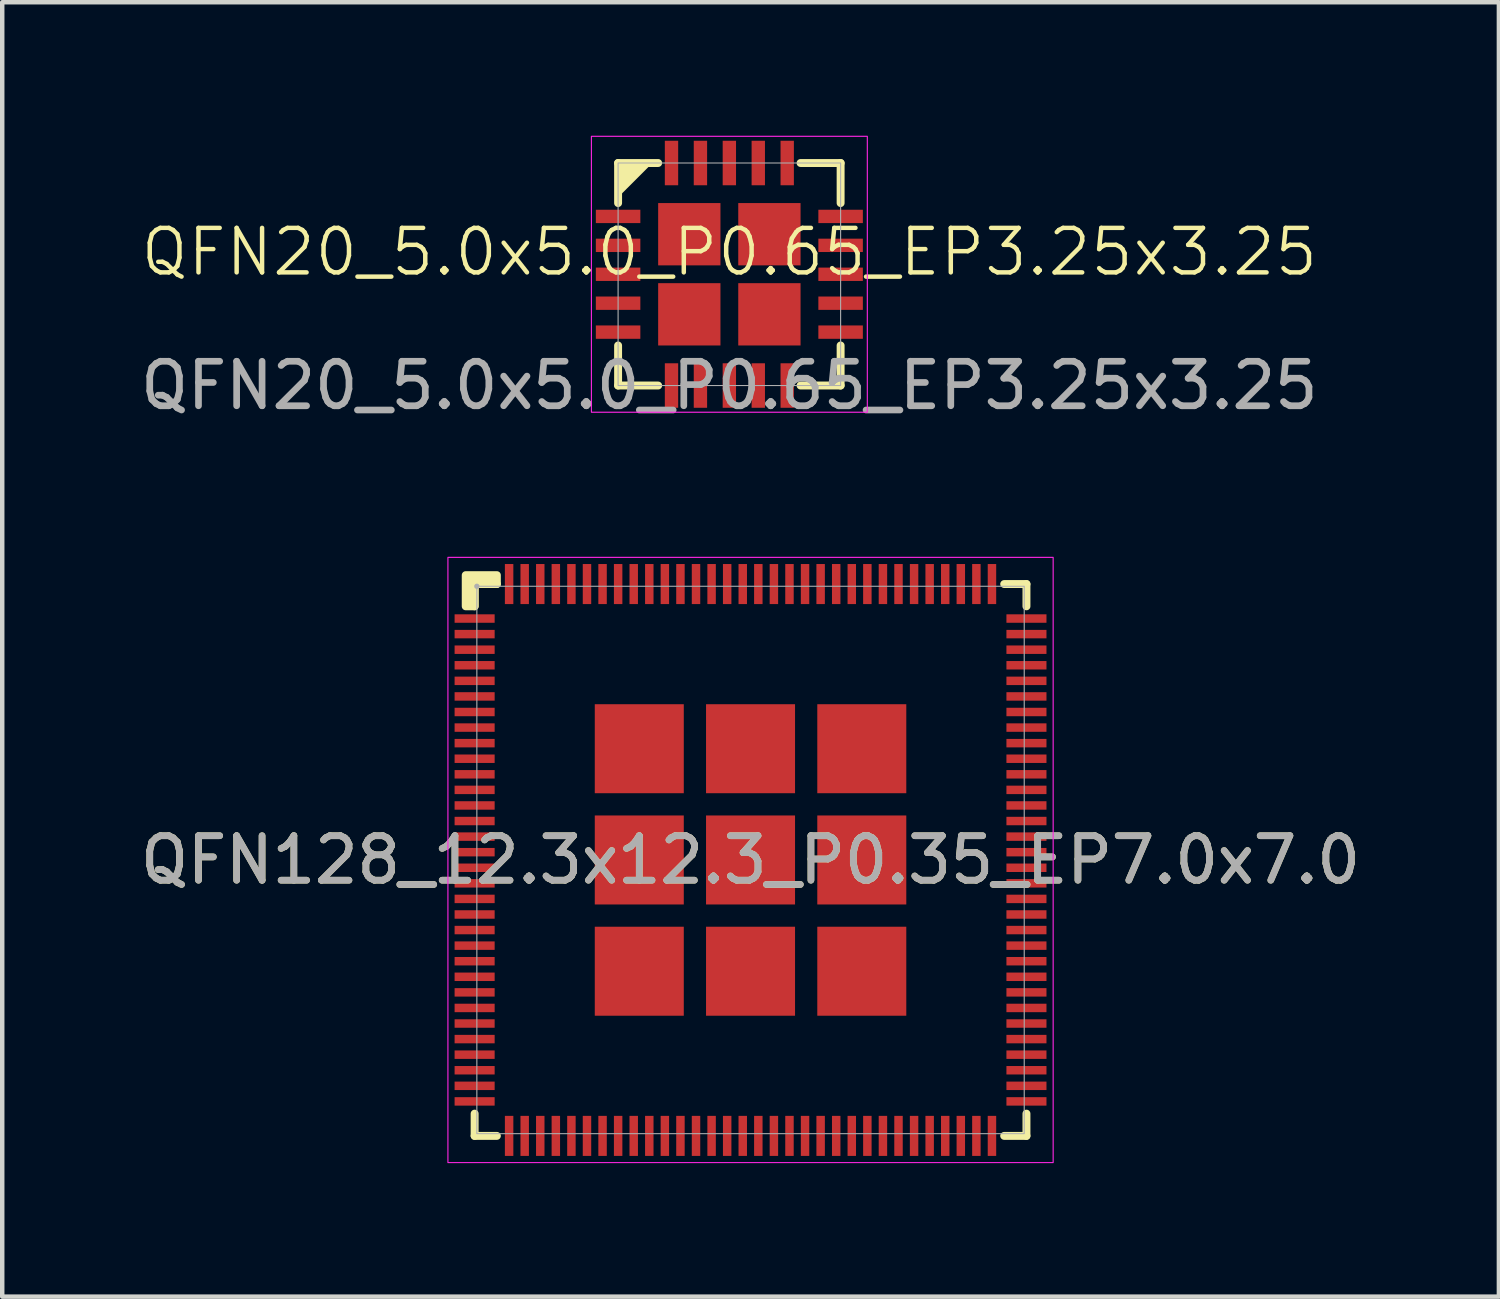
<source format=kicad_pcb>
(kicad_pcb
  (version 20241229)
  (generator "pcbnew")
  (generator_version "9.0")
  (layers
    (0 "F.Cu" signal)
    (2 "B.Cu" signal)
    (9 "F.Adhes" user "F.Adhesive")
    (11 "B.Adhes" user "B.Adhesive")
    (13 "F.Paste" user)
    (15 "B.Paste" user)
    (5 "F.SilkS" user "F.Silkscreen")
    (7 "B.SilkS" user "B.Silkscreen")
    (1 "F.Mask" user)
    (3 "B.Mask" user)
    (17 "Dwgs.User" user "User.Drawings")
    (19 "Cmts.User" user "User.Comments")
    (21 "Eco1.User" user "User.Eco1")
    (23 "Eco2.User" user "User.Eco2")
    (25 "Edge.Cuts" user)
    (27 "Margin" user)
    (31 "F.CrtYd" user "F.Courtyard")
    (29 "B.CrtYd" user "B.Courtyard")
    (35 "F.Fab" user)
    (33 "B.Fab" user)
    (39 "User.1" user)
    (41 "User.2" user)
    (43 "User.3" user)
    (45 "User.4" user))
  (footprint "QFN20_5.0x5.0_P0.65_EP3.25x3.25"
    (layer "F.Cu")
    (at 13.339 3.113)
    (property "Reference" "QFN20_5.0x5.0_P0.65_EP3.25x3.25" (at 0 -0.5 0) (unlocked yes) (layer "F.SilkS") (effects (font (size 1 1) (thickness 0.1))))
    (attr smd)
    (fp_line (start -2.5 -2.5) (end -1.6 -2.5) (stroke (width 0.178) (type solid)) (layer "F.SilkS"))
    (fp_line (start -2.5 -1.6) (end -2.5 -2.5) (stroke (width 0.178) (type solid)) (layer "F.SilkS"))
    (fp_line (start -2.5 1.6) (end -2.5 2.5) (stroke (width 0.178) (type solid)) (layer "F.SilkS"))
    (fp_line (start -2.5 2.5) (end -1.6 2.5) (stroke (width 0.178) (type solid)) (layer "F.SilkS"))
    (fp_line (start 1.6 2.5) (end 2.5 2.5) (stroke (width 0.178) (type solid)) (layer "F.SilkS"))
    (fp_line (start 2.5 -2.5) (end 1.6 -2.5) (stroke (width 0.178) (type solid)) (layer "F.SilkS"))
    (fp_line (start 2.5 -1.6) (end 2.5 -2.5) (stroke (width 0.178) (type solid)) (layer "F.SilkS"))
    (fp_line (start 2.5 2.5) (end 2.5 1.6) (stroke (width 0.178) (type solid)) (layer "F.SilkS"))
    (fp_poly (pts (xy -2.5 -2.5) (xy -2.5 -1.8) (xy -1.8 -2.5)) (stroke (width 0.1) (type solid)) (fill yes) (layer "F.SilkS"))
    (fp_rect (start -3.1 -3.1) (end 3.1 3.1) (stroke (width 0.025) (type solid)) (fill no) (layer "F.CrtYd"))
    (fp_rect (start -2.5 -2.5) (end 2.5 2.5) (stroke (width 0.025) (type solid)) (fill no) (layer "F.Fab"))
    (fp_text user "${REFERENCE}" (at 0 2.5 0) (unlocked yes) (layer "F.Fab") (effects (font (size 1 1) (thickness 0.15))))
    (pad "1" smd rect (at -2.5 -1.3) (size 1 0.3) (layers "F.Cu" "F.Mask" "F.Paste"))
    (pad "2" smd rect (at -2.5 -0.65) (size 1 0.3) (layers "F.Cu" "F.Mask" "F.Paste"))
    (pad "3" smd rect (at -2.5 0) (size 1 0.3) (layers "F.Cu" "F.Mask" "F.Paste"))
    (pad "4" smd rect (at -2.5 0.65) (size 1 0.3) (layers "F.Cu" "F.Mask" "F.Paste"))
    (pad "5" smd rect (at -2.5 1.3) (size 1 0.3) (layers "F.Cu" "F.Mask" "F.Paste"))
    (pad "6" smd rect (at -1.3 2.5) (size 0.3 1) (layers "F.Cu" "F.Mask" "F.Paste"))
    (pad "7" smd rect (at -0.65 2.5) (size 0.3 1) (layers "F.Cu" "F.Mask" "F.Paste"))
    (pad "8" smd rect (at 0 2.5) (size 0.3 1) (layers "F.Cu" "F.Mask" "F.Paste"))
    (pad "9" smd rect (at 0.65 2.5) (size 0.3 1) (layers "F.Cu" "F.Mask" "F.Paste"))
    (pad "10" smd rect (at 1.3 2.5) (size 0.3 1) (layers "F.Cu" "F.Mask" "F.Paste"))
    (pad "11" smd rect (at 2.5 1.3) (size 1 0.3) (layers "F.Cu" "F.Mask" "F.Paste"))
    (pad "12" smd rect (at 2.5 0.65) (size 1 0.3) (layers "F.Cu" "F.Mask" "F.Paste"))
    (pad "13" smd rect (at 2.5 0) (size 1 0.3) (layers "F.Cu" "F.Mask" "F.Paste"))
    (pad "14" smd rect (at 2.5 -0.65) (size 1 0.3) (layers "F.Cu" "F.Mask" "F.Paste"))
    (pad "15" smd rect (at 2.5 -1.3) (size 1 0.3) (layers "F.Cu" "F.Mask" "F.Paste"))
    (pad "16" smd rect (at 1.3 -2.5) (size 0.3 1) (layers "F.Cu" "F.Mask" "F.Paste"))
    (pad "17" smd rect (at 0.65 -2.5) (size 0.3 1) (layers "F.Cu" "F.Mask" "F.Paste"))
    (pad "18" smd rect (at 0 -2.5) (size 0.3 1) (layers "F.Cu" "F.Mask" "F.Paste"))
    (pad "19" smd rect (at -0.65 -2.5) (size 0.3 1) (layers "F.Cu" "F.Mask" "F.Paste"))
    (pad "20" smd rect (at -1.3 -2.5) (size 0.3 1) (layers "F.Cu" "F.Mask" "F.Paste"))
    (pad "21" smd rect (at -0.9 -0.9) (size 1.4 1.4) (layers "F.Cu" "F.Mask" "F.Paste"))
    (pad "21" smd rect (at -0.9 0.9) (size 1.4 1.4) (layers "F.Cu" "F.Mask" "F.Paste"))
    (pad "21" smd rect (at 0.9 -0.9) (size 1.4 1.4) (layers "F.Cu" "F.Mask" "F.Paste"))
    (pad "21" smd rect (at 0.9 0.9) (size 1.4 1.4) (layers "F.Cu" "F.Mask" "F.Paste")))
  (footprint "QFN128_12.3x12.3_P0.35_EP7.0x7.0"
    (layer "F.Cu")
    (at 13.815 16.274)
    (property "Reference" "QFN128_12.3x12.3_P0.35_EP7.0x7.0" (at 0 0 0) (layer "F.SilkS") (effects (font (size 1 1) (thickness 0.15))))
    (attr smd)
    (fp_line (start -6.2 -6.2) (end -5.7 -6.2) (stroke (width 0.178) (type solid)) (layer "F.SilkS"))
    (fp_line (start -6.2 -5.7) (end -6.2 -6.2) (stroke (width 0.178) (type solid)) (layer "F.SilkS"))
    (fp_line (start -6.2 5.7) (end -6.2 6.2) (stroke (width 0.178) (type solid)) (layer "F.SilkS"))
    (fp_line (start -6.2 6.2) (end -5.7 6.2) (stroke (width 0.178) (type solid)) (layer "F.SilkS"))
    (fp_line (start 6.2 -6.2) (end 5.7 -6.2) (stroke (width 0.178) (type solid)) (layer "F.SilkS"))
    (fp_line (start 6.2 -5.7) (end 6.2 -6.2) (stroke (width 0.178) (type solid)) (layer "F.SilkS"))
    (fp_line (start 6.2 5.7) (end 6.2 6.2) (stroke (width 0.178) (type solid)) (layer "F.SilkS"))
    (fp_line (start 6.2 6.2) (end 5.7 6.2) (stroke (width 0.178) (type solid)) (layer "F.SilkS"))
    (fp_poly (pts (xy -6.2 -5.7) (xy -6.4 -5.7) (xy -6.4 -6.4) (xy -5.7 -6.4) (xy -5.7 -6.2) (xy -6.2 -6.2)) (stroke (width 0.178) (type solid)) (fill yes) (layer "F.SilkS"))
    (fp_rect (start -6.8 -6.8) (end 6.8 6.8) (stroke (width 0.025) (type solid)) (fill no) (layer "F.CrtYd"))
    (fp_rect (start -6.15 -6.15) (end 6.15 6.15) (stroke (width 0.025) (type solid)) (fill no) (layer "F.Fab"))
    (fp_circle (center -6.15 -6.15) (end -6.12 -6.15) (stroke (width 0.06) (type solid)) (fill no) (layer "F.Fab"))
    (fp_text user "${REFERENCE}" (at 0 0 0) (layer "F.Fab") (effects (font (size 1 1) (thickness 0.15))))
    (pad "1" smd rect (at -6.2 -5.425) (size 0.9 0.19) (layers "F.Cu" "F.Mask" "F.Paste"))
    (pad "2" smd rect (at -6.2 -5.075) (size 0.9 0.19) (layers "F.Cu" "F.Mask" "F.Paste"))
    (pad "3" smd rect (at -6.2 -4.725) (size 0.9 0.19) (layers "F.Cu" "F.Mask" "F.Paste"))
    (pad "4" smd rect (at -6.2 -4.375) (size 0.9 0.19) (layers "F.Cu" "F.Mask" "F.Paste"))
    (pad "5" smd rect (at -6.2 -4.025) (size 0.9 0.19) (layers "F.Cu" "F.Mask" "F.Paste"))
    (pad "6" smd rect (at -6.2 -3.675) (size 0.9 0.19) (layers "F.Cu" "F.Mask" "F.Paste"))
    (pad "7" smd rect (at -6.2 -3.325) (size 0.9 0.19) (layers "F.Cu" "F.Mask" "F.Paste"))
    (pad "8" smd rect (at -6.2 -2.975) (size 0.9 0.19) (layers "F.Cu" "F.Mask" "F.Paste"))
    (pad "9" smd rect (at -6.2 -2.625) (size 0.9 0.19) (layers "F.Cu" "F.Mask" "F.Paste"))
    (pad "10" smd rect (at -6.2 -2.275) (size 0.9 0.19) (layers "F.Cu" "F.Mask" "F.Paste"))
    (pad "11" smd rect (at -6.2 -1.925) (size 0.9 0.19) (layers "F.Cu" "F.Mask" "F.Paste"))
    (pad "12" smd rect (at -6.2 -1.575) (size 0.9 0.19) (layers "F.Cu" "F.Mask" "F.Paste"))
    (pad "13" smd rect (at -6.2 -1.225) (size 0.9 0.19) (layers "F.Cu" "F.Mask" "F.Paste"))
    (pad "14" smd rect (at -6.2 -0.875) (size 0.9 0.19) (layers "F.Cu" "F.Mask" "F.Paste"))
    (pad "15" smd rect (at -6.2 -0.525) (size 0.9 0.19) (layers "F.Cu" "F.Mask" "F.Paste"))
    (pad "16" smd rect (at -6.2 -0.175) (size 0.9 0.19) (layers "F.Cu" "F.Mask" "F.Paste"))
    (pad "17" smd rect (at -6.2 0.175) (size 0.9 0.19) (layers "F.Cu" "F.Mask" "F.Paste"))
    (pad "18" smd rect (at -6.2 0.525) (size 0.9 0.19) (layers "F.Cu" "F.Mask" "F.Paste"))
    (pad "19" smd rect (at -6.2 0.875) (size 0.9 0.19) (layers "F.Cu" "F.Mask" "F.Paste"))
    (pad "20" smd rect (at -6.2 1.225) (size 0.9 0.19) (layers "F.Cu" "F.Mask" "F.Paste"))
    (pad "21" smd rect (at -6.2 1.575) (size 0.9 0.19) (layers "F.Cu" "F.Mask" "F.Paste"))
    (pad "22" smd rect (at -6.2 1.925) (size 0.9 0.19) (layers "F.Cu" "F.Mask" "F.Paste"))
    (pad "23" smd rect (at -6.2 2.275) (size 0.9 0.19) (layers "F.Cu" "F.Mask" "F.Paste"))
    (pad "24" smd rect (at -6.2 2.625) (size 0.9 0.19) (layers "F.Cu" "F.Mask" "F.Paste"))
    (pad "25" smd rect (at -6.2 2.975) (size 0.9 0.19) (layers "F.Cu" "F.Mask" "F.Paste"))
    (pad "26" smd rect (at -6.2 3.325) (size 0.9 0.19) (layers "F.Cu" "F.Mask" "F.Paste"))
    (pad "27" smd rect (at -6.2 3.675) (size 0.9 0.19) (layers "F.Cu" "F.Mask" "F.Paste"))
    (pad "28" smd rect (at -6.2 4.025) (size 0.9 0.19) (layers "F.Cu" "F.Mask" "F.Paste"))
    (pad "29" smd rect (at -6.2 4.375) (size 0.9 0.19) (layers "F.Cu" "F.Mask" "F.Paste"))
    (pad "30" smd rect (at -6.2 4.725) (size 0.9 0.19) (layers "F.Cu" "F.Mask" "F.Paste"))
    (pad "31" smd rect (at -6.2 5.075) (size 0.9 0.19) (layers "F.Cu" "F.Mask" "F.Paste"))
    (pad "32" smd rect (at -6.2 5.425) (size 0.9 0.19) (layers "F.Cu" "F.Mask" "F.Paste"))
    (pad "33" smd rect (at -5.425 6.2) (size 0.19 0.9) (layers "F.Cu" "F.Mask" "F.Paste"))
    (pad "34" smd rect (at -5.075 6.2) (size 0.19 0.9) (layers "F.Cu" "F.Mask" "F.Paste"))
    (pad "35" smd rect (at -4.725 6.2) (size 0.19 0.9) (layers "F.Cu" "F.Mask" "F.Paste"))
    (pad "36" smd rect (at -4.375 6.2) (size 0.19 0.9) (layers "F.Cu" "F.Mask" "F.Paste"))
    (pad "37" smd rect (at -4.025 6.2) (size 0.19 0.9) (layers "F.Cu" "F.Mask" "F.Paste"))
    (pad "38" smd rect (at -3.675 6.2) (size 0.19 0.9) (layers "F.Cu" "F.Mask" "F.Paste"))
    (pad "39" smd rect (at -3.325 6.2) (size 0.19 0.9) (layers "F.Cu" "F.Mask" "F.Paste"))
    (pad "40" smd rect (at -2.975 6.2) (size 0.19 0.9) (layers "F.Cu" "F.Mask" "F.Paste"))
    (pad "41" smd rect (at -2.625 6.2) (size 0.19 0.9) (layers "F.Cu" "F.Mask" "F.Paste"))
    (pad "42" smd rect (at -2.275 6.2) (size 0.19 0.9) (layers "F.Cu" "F.Mask" "F.Paste"))
    (pad "43" smd rect (at -1.925 6.2) (size 0.19 0.9) (layers "F.Cu" "F.Mask" "F.Paste"))
    (pad "44" smd rect (at -1.575 6.2) (size 0.19 0.9) (layers "F.Cu" "F.Mask" "F.Paste"))
    (pad "45" smd rect (at -1.225 6.2) (size 0.19 0.9) (layers "F.Cu" "F.Mask" "F.Paste"))
    (pad "46" smd rect (at -0.875 6.2) (size 0.19 0.9) (layers "F.Cu" "F.Mask" "F.Paste"))
    (pad "47" smd rect (at -0.525 6.2) (size 0.19 0.9) (layers "F.Cu" "F.Mask" "F.Paste"))
    (pad "48" smd rect (at -0.175 6.2) (size 0.19 0.9) (layers "F.Cu" "F.Mask" "F.Paste"))
    (pad "49" smd rect (at 0.175 6.2) (size 0.19 0.9) (layers "F.Cu" "F.Mask" "F.Paste"))
    (pad "50" smd rect (at 0.525 6.2) (size 0.19 0.9) (layers "F.Cu" "F.Mask" "F.Paste"))
    (pad "51" smd rect (at 0.875 6.2) (size 0.19 0.9) (layers "F.Cu" "F.Mask" "F.Paste"))
    (pad "52" smd rect (at 1.225 6.2) (size 0.19 0.9) (layers "F.Cu" "F.Mask" "F.Paste"))
    (pad "53" smd rect (at 1.575 6.2) (size 0.19 0.9) (layers "F.Cu" "F.Mask" "F.Paste"))
    (pad "54" smd rect (at 1.925 6.2) (size 0.19 0.9) (layers "F.Cu" "F.Mask" "F.Paste"))
    (pad "55" smd rect (at 2.275 6.2) (size 0.19 0.9) (layers "F.Cu" "F.Mask" "F.Paste"))
    (pad "56" smd rect (at 2.625 6.2) (size 0.19 0.9) (layers "F.Cu" "F.Mask" "F.Paste"))
    (pad "57" smd rect (at 2.975 6.2) (size 0.19 0.9) (layers "F.Cu" "F.Mask" "F.Paste"))
    (pad "58" smd rect (at 3.325 6.2) (size 0.19 0.9) (layers "F.Cu" "F.Mask" "F.Paste"))
    (pad "59" smd rect (at 3.675 6.2) (size 0.19 0.9) (layers "F.Cu" "F.Mask" "F.Paste"))
    (pad "60" smd rect (at 4.025 6.2) (size 0.19 0.9) (layers "F.Cu" "F.Mask" "F.Paste"))
    (pad "61" smd rect (at 4.375 6.2) (size 0.19 0.9) (layers "F.Cu" "F.Mask" "F.Paste"))
    (pad "62" smd rect (at 4.725 6.2) (size 0.19 0.9) (layers "F.Cu" "F.Mask" "F.Paste"))
    (pad "63" smd rect (at 5.075 6.2) (size 0.19 0.9) (layers "F.Cu" "F.Mask" "F.Paste"))
    (pad "64" smd rect (at 5.425 6.2) (size 0.19 0.9) (layers "F.Cu" "F.Mask" "F.Paste"))
    (pad "65" smd rect (at 6.2 5.425) (size 0.9 0.19) (layers "F.Cu" "F.Mask" "F.Paste"))
    (pad "66" smd rect (at 6.2 5.075) (size 0.9 0.19) (layers "F.Cu" "F.Mask" "F.Paste"))
    (pad "67" smd rect (at 6.2 4.725) (size 0.9 0.19) (layers "F.Cu" "F.Mask" "F.Paste"))
    (pad "68" smd rect (at 6.2 4.375) (size 0.9 0.19) (layers "F.Cu" "F.Mask" "F.Paste"))
    (pad "69" smd rect (at 6.2 4.025) (size 0.9 0.19) (layers "F.Cu" "F.Mask" "F.Paste"))
    (pad "70" smd rect (at 6.2 3.675) (size 0.9 0.19) (layers "F.Cu" "F.Mask" "F.Paste"))
    (pad "71" smd rect (at 6.2 3.325) (size 0.9 0.19) (layers "F.Cu" "F.Mask" "F.Paste"))
    (pad "72" smd rect (at 6.2 2.975) (size 0.9 0.19) (layers "F.Cu" "F.Mask" "F.Paste"))
    (pad "73" smd rect (at 6.2 2.625) (size 0.9 0.19) (layers "F.Cu" "F.Mask" "F.Paste"))
    (pad "74" smd rect (at 6.2 2.275) (size 0.9 0.19) (layers "F.Cu" "F.Mask" "F.Paste"))
    (pad "75" smd rect (at 6.2 1.925) (size 0.9 0.19) (layers "F.Cu" "F.Mask" "F.Paste"))
    (pad "76" smd rect (at 6.2 1.575) (size 0.9 0.19) (layers "F.Cu" "F.Mask" "F.Paste"))
    (pad "77" smd rect (at 6.2 1.225) (size 0.9 0.19) (layers "F.Cu" "F.Mask" "F.Paste"))
    (pad "78" smd rect (at 6.2 0.875) (size 0.9 0.19) (layers "F.Cu" "F.Mask" "F.Paste"))
    (pad "79" smd rect (at 6.2 0.525) (size 0.9 0.19) (layers "F.Cu" "F.Mask" "F.Paste"))
    (pad "80" smd rect (at 6.2 0.175) (size 0.9 0.19) (layers "F.Cu" "F.Mask" "F.Paste"))
    (pad "81" smd rect (at 6.2 -0.175) (size 0.9 0.19) (layers "F.Cu" "F.Mask" "F.Paste"))
    (pad "82" smd rect (at 6.2 -0.525) (size 0.9 0.19) (layers "F.Cu" "F.Mask" "F.Paste"))
    (pad "83" smd rect (at 6.2 -0.875) (size 0.9 0.19) (layers "F.Cu" "F.Mask" "F.Paste"))
    (pad "84" smd rect (at 6.2 -1.225) (size 0.9 0.19) (layers "F.Cu" "F.Mask" "F.Paste"))
    (pad "85" smd rect (at 6.2 -1.575) (size 0.9 0.19) (layers "F.Cu" "F.Mask" "F.Paste"))
    (pad "86" smd rect (at 6.2 -1.925) (size 0.9 0.19) (layers "F.Cu" "F.Mask" "F.Paste"))
    (pad "87" smd rect (at 6.2 -2.275) (size 0.9 0.19) (layers "F.Cu" "F.Mask" "F.Paste"))
    (pad "88" smd rect (at 6.2 -2.625) (size 0.9 0.19) (layers "F.Cu" "F.Mask" "F.Paste"))
    (pad "89" smd rect (at 6.2 -2.975) (size 0.9 0.19) (layers "F.Cu" "F.Mask" "F.Paste"))
    (pad "90" smd rect (at 6.2 -3.325) (size 0.9 0.19) (layers "F.Cu" "F.Mask" "F.Paste"))
    (pad "91" smd rect (at 6.2 -3.675) (size 0.9 0.19) (layers "F.Cu" "F.Mask" "F.Paste"))
    (pad "92" smd rect (at 6.2 -4.025) (size 0.9 0.19) (layers "F.Cu" "F.Mask" "F.Paste"))
    (pad "93" smd rect (at 6.2 -4.375) (size 0.9 0.19) (layers "F.Cu" "F.Mask" "F.Paste"))
    (pad "94" smd rect (at 6.2 -4.725) (size 0.9 0.19) (layers "F.Cu" "F.Mask" "F.Paste"))
    (pad "95" smd rect (at 6.2 -5.075) (size 0.9 0.19) (layers "F.Cu" "F.Mask" "F.Paste"))
    (pad "96" smd rect (at 6.2 -5.425) (size 0.9 0.19) (layers "F.Cu" "F.Mask" "F.Paste"))
    (pad "97" smd rect (at 5.425 -6.2) (size 0.19 0.9) (layers "F.Cu" "F.Mask" "F.Paste"))
    (pad "98" smd rect (at 5.075 -6.2) (size 0.19 0.9) (layers "F.Cu" "F.Mask" "F.Paste"))
    (pad "99" smd rect (at 4.725 -6.2) (size 0.19 0.9) (layers "F.Cu" "F.Mask" "F.Paste"))
    (pad "100" smd rect (at 4.375 -6.2) (size 0.19 0.9) (layers "F.Cu" "F.Mask" "F.Paste"))
    (pad "101" smd rect (at 4.025 -6.2) (size 0.19 0.9) (layers "F.Cu" "F.Mask" "F.Paste"))
    (pad "102" smd rect (at 3.675 -6.2) (size 0.19 0.9) (layers "F.Cu" "F.Mask" "F.Paste"))
    (pad "103" smd rect (at 3.325 -6.2) (size 0.19 0.9) (layers "F.Cu" "F.Mask" "F.Paste"))
    (pad "104" smd rect (at 2.975 -6.2) (size 0.19 0.9) (layers "F.Cu" "F.Mask" "F.Paste"))
    (pad "105" smd rect (at 2.625 -6.2) (size 0.19 0.9) (layers "F.Cu" "F.Mask" "F.Paste"))
    (pad "106" smd rect (at 2.275 -6.2) (size 0.19 0.9) (layers "F.Cu" "F.Mask" "F.Paste"))
    (pad "107" smd rect (at 1.925 -6.2) (size 0.19 0.9) (layers "F.Cu" "F.Mask" "F.Paste"))
    (pad "108" smd rect (at 1.575 -6.2) (size 0.19 0.9) (layers "F.Cu" "F.Mask" "F.Paste"))
    (pad "109" smd rect (at 1.225 -6.2) (size 0.19 0.9) (layers "F.Cu" "F.Mask" "F.Paste"))
    (pad "110" smd rect (at 0.875 -6.2) (size 0.19 0.9) (layers "F.Cu" "F.Mask" "F.Paste"))
    (pad "111" smd rect (at 0.525 -6.2) (size 0.19 0.9) (layers "F.Cu" "F.Mask" "F.Paste"))
    (pad "112" smd rect (at 0.175 -6.2) (size 0.19 0.9) (layers "F.Cu" "F.Mask" "F.Paste"))
    (pad "113" smd rect (at -0.175 -6.2) (size 0.19 0.9) (layers "F.Cu" "F.Mask" "F.Paste"))
    (pad "114" smd rect (at -0.525 -6.2) (size 0.19 0.9) (layers "F.Cu" "F.Mask" "F.Paste"))
    (pad "115" smd rect (at -0.875 -6.2) (size 0.19 0.9) (layers "F.Cu" "F.Mask" "F.Paste"))
    (pad "116" smd rect (at -1.225 -6.2) (size 0.19 0.9) (layers "F.Cu" "F.Mask" "F.Paste"))
    (pad "117" smd rect (at -1.575 -6.2) (size 0.19 0.9) (layers "F.Cu" "F.Mask" "F.Paste"))
    (pad "118" smd rect (at -1.925 -6.2) (size 0.19 0.9) (layers "F.Cu" "F.Mask" "F.Paste"))
    (pad "119" smd rect (at -2.275 -6.2) (size 0.19 0.9) (layers "F.Cu" "F.Mask" "F.Paste"))
    (pad "120" smd rect (at -2.625 -6.2) (size 0.19 0.9) (layers "F.Cu" "F.Mask" "F.Paste"))
    (pad "121" smd rect (at -2.975 -6.2) (size 0.19 0.9) (layers "F.Cu" "F.Mask" "F.Paste"))
    (pad "122" smd rect (at -3.325 -6.2) (size 0.19 0.9) (layers "F.Cu" "F.Mask" "F.Paste"))
    (pad "123" smd rect (at -3.675 -6.2) (size 0.19 0.9) (layers "F.Cu" "F.Mask" "F.Paste"))
    (pad "124" smd rect (at -4.025 -6.2) (size 0.19 0.9) (layers "F.Cu" "F.Mask" "F.Paste"))
    (pad "125" smd rect (at -4.375 -6.2) (size 0.19 0.9) (layers "F.Cu" "F.Mask" "F.Paste"))
    (pad "126" smd rect (at -4.725 -6.2) (size 0.19 0.9) (layers "F.Cu" "F.Mask" "F.Paste"))
    (pad "127" smd rect (at -5.075 -6.2) (size 0.19 0.9) (layers "F.Cu" "F.Mask" "F.Paste"))
    (pad "128" smd rect (at -5.425 -6.2) (size 0.19 0.9) (layers "F.Cu" "F.Mask" "F.Paste"))
    (pad "129" smd rect (at -2.5 -2.5) (size 2 2) (layers "F.Cu" "F.Mask" "F.Paste"))
    (pad "129" smd rect (at -2.5 0) (size 2 2) (layers "F.Cu" "F.Mask" "F.Paste"))
    (pad "129" smd rect (at -2.5 2.5) (size 2 2) (layers "F.Cu" "F.Mask" "F.Paste"))
    (pad "129" smd rect (at 0 -2.5) (size 2 2) (layers "F.Cu" "F.Mask" "F.Paste"))
    (pad "129" smd rect (at 0 0) (size 2 2) (layers "F.Cu" "F.Mask" "F.Paste"))
    (pad "129" smd rect (at 0 2.5) (size 2 2) (layers "F.Cu" "F.Mask" "F.Paste"))
    (pad "129" smd rect (at 2.5 -2.5) (size 2 2) (layers "F.Cu" "F.Mask" "F.Paste"))
    (pad "129" smd rect (at 2.5 0) (size 2 2) (layers "F.Cu" "F.Mask" "F.Paste"))
    (pad "129" smd rect (at 2.5 2.5) (size 2 2) (layers "F.Cu" "F.Mask" "F.Paste")))
  (gr_rect
    (start -3 -3)
    (end 30.631 26.086)
    (stroke (width 0.1) (type default))
    (fill no)
    (layer "Edge.Cuts")))
</source>
